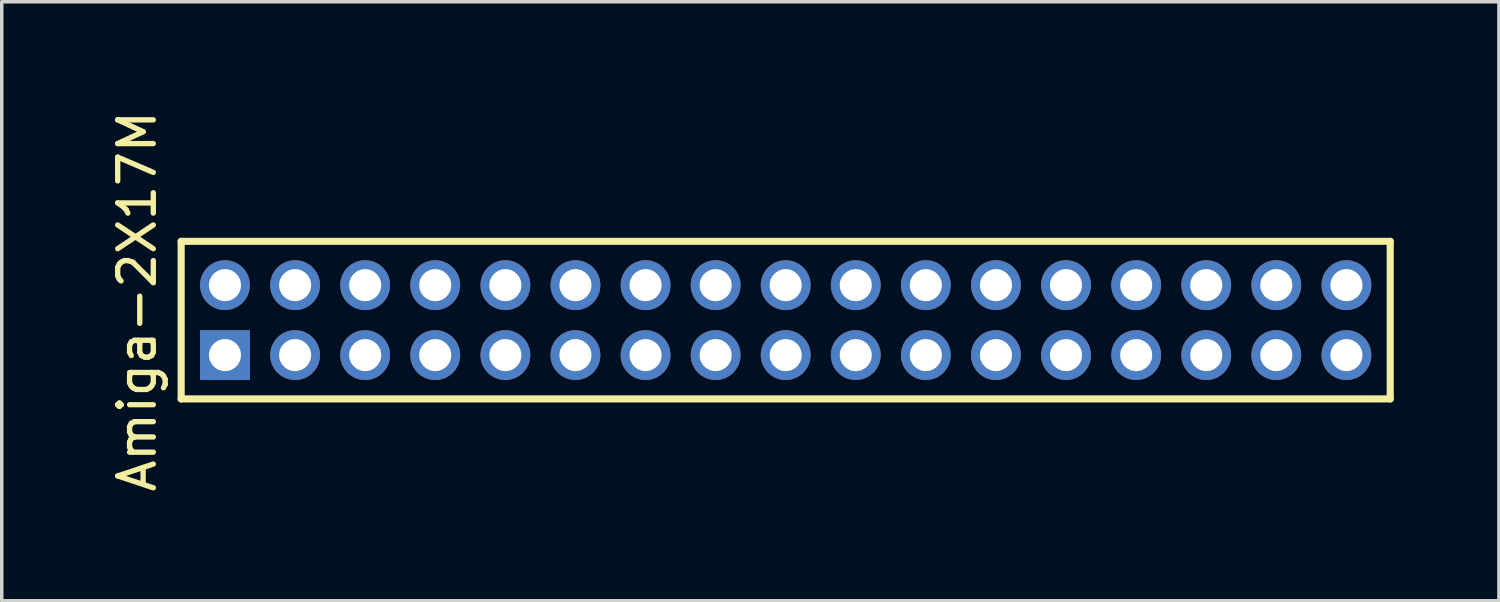
<source format=kicad_pcb>
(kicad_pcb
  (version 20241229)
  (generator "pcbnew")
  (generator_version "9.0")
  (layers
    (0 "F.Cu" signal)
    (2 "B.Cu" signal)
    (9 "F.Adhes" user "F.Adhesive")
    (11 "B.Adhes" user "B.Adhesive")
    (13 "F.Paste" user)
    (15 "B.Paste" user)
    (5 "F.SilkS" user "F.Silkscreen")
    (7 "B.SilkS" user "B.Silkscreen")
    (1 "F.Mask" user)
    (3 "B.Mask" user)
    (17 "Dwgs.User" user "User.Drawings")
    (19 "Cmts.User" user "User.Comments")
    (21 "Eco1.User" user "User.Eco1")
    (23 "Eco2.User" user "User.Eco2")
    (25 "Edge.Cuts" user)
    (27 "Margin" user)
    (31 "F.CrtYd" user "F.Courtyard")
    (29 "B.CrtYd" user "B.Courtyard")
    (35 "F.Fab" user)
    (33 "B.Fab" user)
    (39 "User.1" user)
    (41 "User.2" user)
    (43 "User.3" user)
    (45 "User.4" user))
  (footprint "Amiga-2X17M"
    (layer "F.Cu")
    (at 18.098 6.084)
    (property "Reference" "Amiga-2X17M" (at -17.236 -0.538 90) (layer "F.SilkS") (effects (font (size 1.016 1.016) (thickness 0.152))))
    (attr exclude_from_pos_files exclude_from_bom)
    (fp_line (start -15.979 -2.248) (end 18.519 -2.248) (stroke (width 0.203) (type solid)) (layer "F.SilkS"))
    (fp_line (start -15.979 2.248) (end -15.979 -2.248) (stroke (width 0.203) (type solid)) (layer "F.SilkS"))
    (fp_line (start 18.519 -2.248) (end 18.519 2.248) (stroke (width 0.203) (type solid)) (layer "F.SilkS"))
    (fp_line (start 18.519 2.248) (end -15.979 2.248) (stroke (width 0.203) (type solid)) (layer "F.SilkS"))
    (fp_line (start -14.978 -1.25) (end -14.478 -1.25) (stroke (width 0.066) (type solid)) (layer "Dwgs.User"))
    (fp_line (start -14.978 -0.749) (end -14.978 -1.25) (stroke (width 0.066) (type solid)) (layer "Dwgs.User"))
    (fp_line (start -14.978 -0.749) (end -14.478 -0.749) (stroke (width 0.066) (type solid)) (layer "Dwgs.User"))
    (fp_line (start -14.978 0.749) (end -14.478 0.749) (stroke (width 0.066) (type solid)) (layer "Dwgs.User"))
    (fp_line (start -14.978 1.25) (end -14.978 0.749) (stroke (width 0.066) (type solid)) (layer "Dwgs.User"))
    (fp_line (start -14.978 1.25) (end -14.478 1.25) (stroke (width 0.066) (type solid)) (layer "Dwgs.User"))
    (fp_line (start -14.478 -0.749) (end -14.478 -1.25) (stroke (width 0.066) (type solid)) (layer "Dwgs.User"))
    (fp_line (start -14.478 1.25) (end -14.478 0.749) (stroke (width 0.066) (type solid)) (layer "Dwgs.User"))
    (fp_line (start -12.979 -1.25) (end -12.479 -1.25) (stroke (width 0.066) (type solid)) (layer "Dwgs.User"))
    (fp_line (start -12.979 -0.749) (end -12.979 -1.25) (stroke (width 0.066) (type solid)) (layer "Dwgs.User"))
    (fp_line (start -12.979 -0.749) (end -12.479 -0.749) (stroke (width 0.066) (type solid)) (layer "Dwgs.User"))
    (fp_line (start -12.979 0.749) (end -12.479 0.749) (stroke (width 0.066) (type solid)) (layer "Dwgs.User"))
    (fp_line (start -12.979 1.25) (end -12.979 0.749) (stroke (width 0.066) (type solid)) (layer "Dwgs.User"))
    (fp_line (start -12.979 1.25) (end -12.479 1.25) (stroke (width 0.066) (type solid)) (layer "Dwgs.User"))
    (fp_line (start -12.479 -0.749) (end -12.479 -1.25) (stroke (width 0.066) (type solid)) (layer "Dwgs.User"))
    (fp_line (start -12.479 1.25) (end -12.479 0.749) (stroke (width 0.066) (type solid)) (layer "Dwgs.User"))
    (fp_line (start -10.978 -1.25) (end -10.477 -1.25) (stroke (width 0.066) (type solid)) (layer "Dwgs.User"))
    (fp_line (start -10.978 -0.749) (end -10.978 -1.25) (stroke (width 0.066) (type solid)) (layer "Dwgs.User"))
    (fp_line (start -10.978 -0.749) (end -10.477 -0.749) (stroke (width 0.066) (type solid)) (layer "Dwgs.User"))
    (fp_line (start -10.978 0.749) (end -10.477 0.749) (stroke (width 0.066) (type solid)) (layer "Dwgs.User"))
    (fp_line (start -10.978 1.25) (end -10.978 0.749) (stroke (width 0.066) (type solid)) (layer "Dwgs.User"))
    (fp_line (start -10.978 1.25) (end -10.477 1.25) (stroke (width 0.066) (type solid)) (layer "Dwgs.User"))
    (fp_line (start -10.477 -0.749) (end -10.477 -1.25) (stroke (width 0.066) (type solid)) (layer "Dwgs.User"))
    (fp_line (start -10.477 1.25) (end -10.477 0.749) (stroke (width 0.066) (type solid)) (layer "Dwgs.User"))
    (fp_line (start -8.979 -1.25) (end -8.479 -1.25) (stroke (width 0.066) (type solid)) (layer "Dwgs.User"))
    (fp_line (start -8.979 -0.749) (end -8.979 -1.25) (stroke (width 0.066) (type solid)) (layer "Dwgs.User"))
    (fp_line (start -8.979 -0.749) (end -8.479 -0.749) (stroke (width 0.066) (type solid)) (layer "Dwgs.User"))
    (fp_line (start -8.979 0.749) (end -8.479 0.749) (stroke (width 0.066) (type solid)) (layer "Dwgs.User"))
    (fp_line (start -8.979 1.25) (end -8.979 0.749) (stroke (width 0.066) (type solid)) (layer "Dwgs.User"))
    (fp_line (start -8.979 1.25) (end -8.479 1.25) (stroke (width 0.066) (type solid)) (layer "Dwgs.User"))
    (fp_line (start -8.479 -0.749) (end -8.479 -1.25) (stroke (width 0.066) (type solid)) (layer "Dwgs.User"))
    (fp_line (start -8.479 1.25) (end -8.479 0.749) (stroke (width 0.066) (type solid)) (layer "Dwgs.User"))
    (fp_line (start -6.98 -1.25) (end -6.48 -1.25) (stroke (width 0.066) (type solid)) (layer "Dwgs.User"))
    (fp_line (start -6.98 -0.749) (end -6.98 -1.25) (stroke (width 0.066) (type solid)) (layer "Dwgs.User"))
    (fp_line (start -6.98 -0.749) (end -6.48 -0.749) (stroke (width 0.066) (type solid)) (layer "Dwgs.User"))
    (fp_line (start -6.98 0.749) (end -6.48 0.749) (stroke (width 0.066) (type solid)) (layer "Dwgs.User"))
    (fp_line (start -6.98 1.25) (end -6.98 0.749) (stroke (width 0.066) (type solid)) (layer "Dwgs.User"))
    (fp_line (start -6.98 1.25) (end -6.48 1.25) (stroke (width 0.066) (type solid)) (layer "Dwgs.User"))
    (fp_line (start -6.48 -0.749) (end -6.48 -1.25) (stroke (width 0.066) (type solid)) (layer "Dwgs.User"))
    (fp_line (start -6.48 1.25) (end -6.48 0.749) (stroke (width 0.066) (type solid)) (layer "Dwgs.User"))
    (fp_line (start -4.978 -1.25) (end -4.478 -1.25) (stroke (width 0.066) (type solid)) (layer "Dwgs.User"))
    (fp_line (start -4.978 -0.749) (end -4.978 -1.25) (stroke (width 0.066) (type solid)) (layer "Dwgs.User"))
    (fp_line (start -4.978 -0.749) (end -4.478 -0.749) (stroke (width 0.066) (type solid)) (layer "Dwgs.User"))
    (fp_line (start -4.978 0.749) (end -4.478 0.749) (stroke (width 0.066) (type solid)) (layer "Dwgs.User"))
    (fp_line (start -4.978 1.25) (end -4.978 0.749) (stroke (width 0.066) (type solid)) (layer "Dwgs.User"))
    (fp_line (start -4.978 1.25) (end -4.478 1.25) (stroke (width 0.066) (type solid)) (layer "Dwgs.User"))
    (fp_line (start -4.478 -0.749) (end -4.478 -1.25) (stroke (width 0.066) (type solid)) (layer "Dwgs.User"))
    (fp_line (start -4.478 1.25) (end -4.478 0.749) (stroke (width 0.066) (type solid)) (layer "Dwgs.User"))
    (fp_line (start -2.979 -1.25) (end -2.479 -1.25) (stroke (width 0.066) (type solid)) (layer "Dwgs.User"))
    (fp_line (start -2.979 -0.749) (end -2.979 -1.25) (stroke (width 0.066) (type solid)) (layer "Dwgs.User"))
    (fp_line (start -2.979 -0.749) (end -2.479 -0.749) (stroke (width 0.066) (type solid)) (layer "Dwgs.User"))
    (fp_line (start -2.979 0.749) (end -2.479 0.749) (stroke (width 0.066) (type solid)) (layer "Dwgs.User"))
    (fp_line (start -2.979 1.25) (end -2.979 0.749) (stroke (width 0.066) (type solid)) (layer "Dwgs.User"))
    (fp_line (start -2.979 1.25) (end -2.479 1.25) (stroke (width 0.066) (type solid)) (layer "Dwgs.User"))
    (fp_line (start -2.479 -0.749) (end -2.479 -1.25) (stroke (width 0.066) (type solid)) (layer "Dwgs.User"))
    (fp_line (start -2.479 1.25) (end -2.479 0.749) (stroke (width 0.066) (type solid)) (layer "Dwgs.User"))
    (fp_line (start -0.978 -1.25) (end -0.478 -1.25) (stroke (width 0.066) (type solid)) (layer "Dwgs.User"))
    (fp_line (start -0.978 -0.749) (end -0.978 -1.25) (stroke (width 0.066) (type solid)) (layer "Dwgs.User"))
    (fp_line (start -0.978 -0.749) (end -0.478 -0.749) (stroke (width 0.066) (type solid)) (layer "Dwgs.User"))
    (fp_line (start -0.978 0.749) (end -0.478 0.749) (stroke (width 0.066) (type solid)) (layer "Dwgs.User"))
    (fp_line (start -0.978 1.25) (end -0.978 0.749) (stroke (width 0.066) (type solid)) (layer "Dwgs.User"))
    (fp_line (start -0.978 1.25) (end -0.478 1.25) (stroke (width 0.066) (type solid)) (layer "Dwgs.User"))
    (fp_line (start -0.478 -0.749) (end -0.478 -1.25) (stroke (width 0.066) (type solid)) (layer "Dwgs.User"))
    (fp_line (start -0.478 1.25) (end -0.478 0.749) (stroke (width 0.066) (type solid)) (layer "Dwgs.User"))
    (fp_line (start 1.019 -1.25) (end 1.519 -1.25) (stroke (width 0.066) (type solid)) (layer "Dwgs.User"))
    (fp_line (start 1.019 -0.749) (end 1.019 -1.25) (stroke (width 0.066) (type solid)) (layer "Dwgs.User"))
    (fp_line (start 1.019 -0.749) (end 1.519 -0.749) (stroke (width 0.066) (type solid)) (layer "Dwgs.User"))
    (fp_line (start 1.019 0.749) (end 1.519 0.749) (stroke (width 0.066) (type solid)) (layer "Dwgs.User"))
    (fp_line (start 1.019 1.25) (end 1.019 0.749) (stroke (width 0.066) (type solid)) (layer "Dwgs.User"))
    (fp_line (start 1.019 1.25) (end 1.519 1.25) (stroke (width 0.066) (type solid)) (layer "Dwgs.User"))
    (fp_line (start 1.519 -0.749) (end 1.519 -1.25) (stroke (width 0.066) (type solid)) (layer "Dwgs.User"))
    (fp_line (start 1.519 1.25) (end 1.519 0.749) (stroke (width 0.066) (type solid)) (layer "Dwgs.User"))
    (fp_line (start 3.018 -1.25) (end 3.518 -1.25) (stroke (width 0.066) (type solid)) (layer "Dwgs.User"))
    (fp_line (start 3.018 -0.749) (end 3.018 -1.25) (stroke (width 0.066) (type solid)) (layer "Dwgs.User"))
    (fp_line (start 3.018 -0.749) (end 3.518 -0.749) (stroke (width 0.066) (type solid)) (layer "Dwgs.User"))
    (fp_line (start 3.018 0.749) (end 3.518 0.749) (stroke (width 0.066) (type solid)) (layer "Dwgs.User"))
    (fp_line (start 3.018 1.25) (end 3.018 0.749) (stroke (width 0.066) (type solid)) (layer "Dwgs.User"))
    (fp_line (start 3.018 1.25) (end 3.518 1.25) (stroke (width 0.066) (type solid)) (layer "Dwgs.User"))
    (fp_line (start 3.518 -0.749) (end 3.518 -1.25) (stroke (width 0.066) (type solid)) (layer "Dwgs.User"))
    (fp_line (start 3.518 1.25) (end 3.518 0.749) (stroke (width 0.066) (type solid)) (layer "Dwgs.User"))
    (fp_line (start 5.019 -1.25) (end 5.519 -1.25) (stroke (width 0.066) (type solid)) (layer "Dwgs.User"))
    (fp_line (start 5.019 -0.749) (end 5.019 -1.25) (stroke (width 0.066) (type solid)) (layer "Dwgs.User"))
    (fp_line (start 5.019 -0.749) (end 5.519 -0.749) (stroke (width 0.066) (type solid)) (layer "Dwgs.User"))
    (fp_line (start 5.019 0.749) (end 5.519 0.749) (stroke (width 0.066) (type solid)) (layer "Dwgs.User"))
    (fp_line (start 5.019 1.25) (end 5.019 0.749) (stroke (width 0.066) (type solid)) (layer "Dwgs.User"))
    (fp_line (start 5.019 1.25) (end 5.519 1.25) (stroke (width 0.066) (type solid)) (layer "Dwgs.User"))
    (fp_line (start 5.519 -0.749) (end 5.519 -1.25) (stroke (width 0.066) (type solid)) (layer "Dwgs.User"))
    (fp_line (start 5.519 1.25) (end 5.519 0.749) (stroke (width 0.066) (type solid)) (layer "Dwgs.User"))
    (fp_line (start 7.018 -1.25) (end 7.518 -1.25) (stroke (width 0.066) (type solid)) (layer "Dwgs.User"))
    (fp_line (start 7.018 -0.749) (end 7.018 -1.25) (stroke (width 0.066) (type solid)) (layer "Dwgs.User"))
    (fp_line (start 7.018 -0.749) (end 7.518 -0.749) (stroke (width 0.066) (type solid)) (layer "Dwgs.User"))
    (fp_line (start 7.018 0.749) (end 7.518 0.749) (stroke (width 0.066) (type solid)) (layer "Dwgs.User"))
    (fp_line (start 7.018 1.25) (end 7.018 0.749) (stroke (width 0.066) (type solid)) (layer "Dwgs.User"))
    (fp_line (start 7.018 1.25) (end 7.518 1.25) (stroke (width 0.066) (type solid)) (layer "Dwgs.User"))
    (fp_line (start 7.518 -0.749) (end 7.518 -1.25) (stroke (width 0.066) (type solid)) (layer "Dwgs.User"))
    (fp_line (start 7.518 1.25) (end 7.518 0.749) (stroke (width 0.066) (type solid)) (layer "Dwgs.User"))
    (fp_line (start 9.02 -1.25) (end 9.52 -1.25) (stroke (width 0.066) (type solid)) (layer "Dwgs.User"))
    (fp_line (start 9.02 -0.749) (end 9.02 -1.25) (stroke (width 0.066) (type solid)) (layer "Dwgs.User"))
    (fp_line (start 9.02 -0.749) (end 9.52 -0.749) (stroke (width 0.066) (type solid)) (layer "Dwgs.User"))
    (fp_line (start 9.02 0.749) (end 9.52 0.749) (stroke (width 0.066) (type solid)) (layer "Dwgs.User"))
    (fp_line (start 9.02 1.25) (end 9.02 0.749) (stroke (width 0.066) (type solid)) (layer "Dwgs.User"))
    (fp_line (start 9.02 1.25) (end 9.52 1.25) (stroke (width 0.066) (type solid)) (layer "Dwgs.User"))
    (fp_line (start 9.52 -0.749) (end 9.52 -1.25) (stroke (width 0.066) (type solid)) (layer "Dwgs.User"))
    (fp_line (start 9.52 1.25) (end 9.52 0.749) (stroke (width 0.066) (type solid)) (layer "Dwgs.User"))
    (fp_line (start 11.019 -1.25) (end 11.519 -1.25) (stroke (width 0.066) (type solid)) (layer "Dwgs.User"))
    (fp_line (start 11.019 -0.749) (end 11.019 -1.25) (stroke (width 0.066) (type solid)) (layer "Dwgs.User"))
    (fp_line (start 11.019 -0.749) (end 11.519 -0.749) (stroke (width 0.066) (type solid)) (layer "Dwgs.User"))
    (fp_line (start 11.019 0.749) (end 11.519 0.749) (stroke (width 0.066) (type solid)) (layer "Dwgs.User"))
    (fp_line (start 11.019 1.25) (end 11.019 0.749) (stroke (width 0.066) (type solid)) (layer "Dwgs.User"))
    (fp_line (start 11.019 1.25) (end 11.519 1.25) (stroke (width 0.066) (type solid)) (layer "Dwgs.User"))
    (fp_line (start 11.519 -0.749) (end 11.519 -1.25) (stroke (width 0.066) (type solid)) (layer "Dwgs.User"))
    (fp_line (start 11.519 1.25) (end 11.519 0.749) (stroke (width 0.066) (type solid)) (layer "Dwgs.User"))
    (fp_line (start 13.018 -1.25) (end 13.518 -1.25) (stroke (width 0.066) (type solid)) (layer "Dwgs.User"))
    (fp_line (start 13.018 -0.749) (end 13.018 -1.25) (stroke (width 0.066) (type solid)) (layer "Dwgs.User"))
    (fp_line (start 13.018 -0.749) (end 13.518 -0.749) (stroke (width 0.066) (type solid)) (layer "Dwgs.User"))
    (fp_line (start 13.018 0.749) (end 13.518 0.749) (stroke (width 0.066) (type solid)) (layer "Dwgs.User"))
    (fp_line (start 13.018 1.25) (end 13.018 0.749) (stroke (width 0.066) (type solid)) (layer "Dwgs.User"))
    (fp_line (start 13.018 1.25) (end 13.518 1.25) (stroke (width 0.066) (type solid)) (layer "Dwgs.User"))
    (fp_line (start 13.518 -0.749) (end 13.518 -1.25) (stroke (width 0.066) (type solid)) (layer "Dwgs.User"))
    (fp_line (start 13.518 1.25) (end 13.518 0.749) (stroke (width 0.066) (type solid)) (layer "Dwgs.User"))
    (fp_line (start 15.019 -1.25) (end 15.519 -1.25) (stroke (width 0.066) (type solid)) (layer "Dwgs.User"))
    (fp_line (start 15.019 -0.749) (end 15.019 -1.25) (stroke (width 0.066) (type solid)) (layer "Dwgs.User"))
    (fp_line (start 15.019 -0.749) (end 15.519 -0.749) (stroke (width 0.066) (type solid)) (layer "Dwgs.User"))
    (fp_line (start 15.019 0.749) (end 15.519 0.749) (stroke (width 0.066) (type solid)) (layer "Dwgs.User"))
    (fp_line (start 15.019 1.25) (end 15.019 0.749) (stroke (width 0.066) (type solid)) (layer "Dwgs.User"))
    (fp_line (start 15.019 1.25) (end 15.519 1.25) (stroke (width 0.066) (type solid)) (layer "Dwgs.User"))
    (fp_line (start 15.519 -0.749) (end 15.519 -1.25) (stroke (width 0.066) (type solid)) (layer "Dwgs.User"))
    (fp_line (start 15.519 1.25) (end 15.519 0.749) (stroke (width 0.066) (type solid)) (layer "Dwgs.User"))
    (fp_line (start 17.018 -1.25) (end 17.518 -1.25) (stroke (width 0.066) (type solid)) (layer "Dwgs.User"))
    (fp_line (start 17.018 -0.749) (end 17.018 -1.25) (stroke (width 0.066) (type solid)) (layer "Dwgs.User"))
    (fp_line (start 17.018 -0.749) (end 17.518 -0.749) (stroke (width 0.066) (type solid)) (layer "Dwgs.User"))
    (fp_line (start 17.018 0.749) (end 17.518 0.749) (stroke (width 0.066) (type solid)) (layer "Dwgs.User"))
    (fp_line (start 17.018 1.25) (end 17.018 0.749) (stroke (width 0.066) (type solid)) (layer "Dwgs.User"))
    (fp_line (start 17.018 1.25) (end 17.518 1.25) (stroke (width 0.066) (type solid)) (layer "Dwgs.User"))
    (fp_line (start 17.518 -0.749) (end 17.518 -1.25) (stroke (width 0.066) (type solid)) (layer "Dwgs.User"))
    (fp_line (start 17.518 1.25) (end 17.518 0.749) (stroke (width 0.066) (type solid)) (layer "Dwgs.User"))
    (pad "1" thru_hole rect (at -14.729 0.998) (size 1.422 1.422) (drill 0.914) (layers "*.Cu" "*.Paste" "*.Mask"))
    (pad "2" thru_hole circle (at -14.729 -0.998) (size 1.422 1.422) (drill 0.914) (layers "*.Cu" "*.Paste" "*.Mask"))
    (pad "3" thru_hole circle (at -12.728 0.998) (size 1.422 1.422) (drill 0.914) (layers "*.Cu" "*.Paste" "*.Mask"))
    (pad "4" thru_hole circle (at -12.728 -0.998) (size 1.422 1.422) (drill 0.914) (layers "*.Cu" "*.Paste" "*.Mask"))
    (pad "5" thru_hole circle (at -10.729 0.998) (size 1.422 1.422) (drill 0.914) (layers "*.Cu" "*.Paste" "*.Mask"))
    (pad "6" thru_hole circle (at -10.729 -0.998) (size 1.422 1.422) (drill 0.914) (layers "*.Cu" "*.Paste" "*.Mask"))
    (pad "7" thru_hole circle (at -8.73 0.998) (size 1.422 1.422) (drill 0.914) (layers "*.Cu" "*.Paste" "*.Mask"))
    (pad "8" thru_hole circle (at -8.73 -0.998) (size 1.422 1.422) (drill 0.914) (layers "*.Cu" "*.Paste" "*.Mask"))
    (pad "9" thru_hole circle (at -6.728 0.998) (size 1.422 1.422) (drill 0.914) (layers "*.Cu" "*.Paste" "*.Mask"))
    (pad "10" thru_hole circle (at -6.728 -0.998) (size 1.422 1.422) (drill 0.914) (layers "*.Cu" "*.Paste" "*.Mask"))
    (pad "11" thru_hole circle (at -4.729 0.998) (size 1.422 1.422) (drill 0.914) (layers "*.Cu" "*.Paste" "*.Mask"))
    (pad "12" thru_hole circle (at -4.729 -0.998) (size 1.422 1.422) (drill 0.914) (layers "*.Cu" "*.Paste" "*.Mask"))
    (pad "13" thru_hole circle (at -2.728 0.998) (size 1.422 1.422) (drill 0.914) (layers "*.Cu" "*.Paste" "*.Mask"))
    (pad "14" thru_hole circle (at -2.728 -0.998) (size 1.422 1.422) (drill 0.914) (layers "*.Cu" "*.Paste" "*.Mask"))
    (pad "15" thru_hole circle (at -0.729 0.998) (size 1.422 1.422) (drill 0.914) (layers "*.Cu" "*.Paste" "*.Mask"))
    (pad "16" thru_hole circle (at -0.729 -0.998) (size 1.422 1.422) (drill 0.914) (layers "*.Cu" "*.Paste" "*.Mask"))
    (pad "17" thru_hole circle (at 1.27 0.998) (size 1.422 1.422) (drill 0.914) (layers "*.Cu" "*.Paste" "*.Mask"))
    (pad "18" thru_hole circle (at 1.27 -0.998) (size 1.422 1.422) (drill 0.914) (layers "*.Cu" "*.Paste" "*.Mask"))
    (pad "19" thru_hole circle (at 3.269 0.998) (size 1.422 1.422) (drill 0.914) (layers "*.Cu" "*.Paste" "*.Mask"))
    (pad "20" thru_hole circle (at 3.269 -0.998) (size 1.422 1.422) (drill 0.914) (layers "*.Cu" "*.Paste" "*.Mask"))
    (pad "21" thru_hole circle (at 5.268 0.998) (size 1.422 1.422) (drill 0.914) (layers "*.Cu" "*.Paste" "*.Mask"))
    (pad "22" thru_hole circle (at 5.268 -0.998) (size 1.422 1.422) (drill 0.914) (layers "*.Cu" "*.Paste" "*.Mask"))
    (pad "23" thru_hole circle (at 7.269 0.998) (size 1.422 1.422) (drill 0.914) (layers "*.Cu" "*.Paste" "*.Mask"))
    (pad "24" thru_hole circle (at 7.269 -0.998) (size 1.422 1.422) (drill 0.914) (layers "*.Cu" "*.Paste" "*.Mask"))
    (pad "25" thru_hole circle (at 9.268 0.998) (size 1.422 1.422) (drill 0.914) (layers "*.Cu" "*.Paste" "*.Mask"))
    (pad "26" thru_hole circle (at 9.268 -0.998) (size 1.422 1.422) (drill 0.914) (layers "*.Cu" "*.Paste" "*.Mask"))
    (pad "27" thru_hole circle (at 11.27 0.998) (size 1.422 1.422) (drill 0.914) (layers "*.Cu" "*.Paste" "*.Mask"))
    (pad "28" thru_hole circle (at 11.27 -0.998) (size 1.422 1.422) (drill 0.914) (layers "*.Cu" "*.Paste" "*.Mask"))
    (pad "29" thru_hole circle (at 13.269 0.998) (size 1.422 1.422) (drill 0.914) (layers "*.Cu" "*.Paste" "*.Mask"))
    (pad "30" thru_hole circle (at 13.269 -0.998) (size 1.422 1.422) (drill 0.914) (layers "*.Cu" "*.Paste" "*.Mask"))
    (pad "31" thru_hole circle (at 15.268 0.998) (size 1.422 1.422) (drill 0.914) (layers "*.Cu" "*.Paste" "*.Mask"))
    (pad "32" thru_hole circle (at 15.268 -0.998) (size 1.422 1.422) (drill 0.914) (layers "*.Cu" "*.Paste" "*.Mask"))
    (pad "33" thru_hole circle (at 17.269 0.998) (size 1.422 1.422) (drill 0.914) (layers "*.Cu" "*.Paste" "*.Mask"))
    (pad "34" thru_hole circle (at 17.269 -0.998) (size 1.422 1.422) (drill 0.914) (layers "*.Cu" "*.Paste" "*.Mask")))
  (gr_rect
    (start -3 -3)
    (end 39.719 14.091)
    (stroke (width 0.1) (type default))
    (fill no)
    (layer "Edge.Cuts")))
</source>
